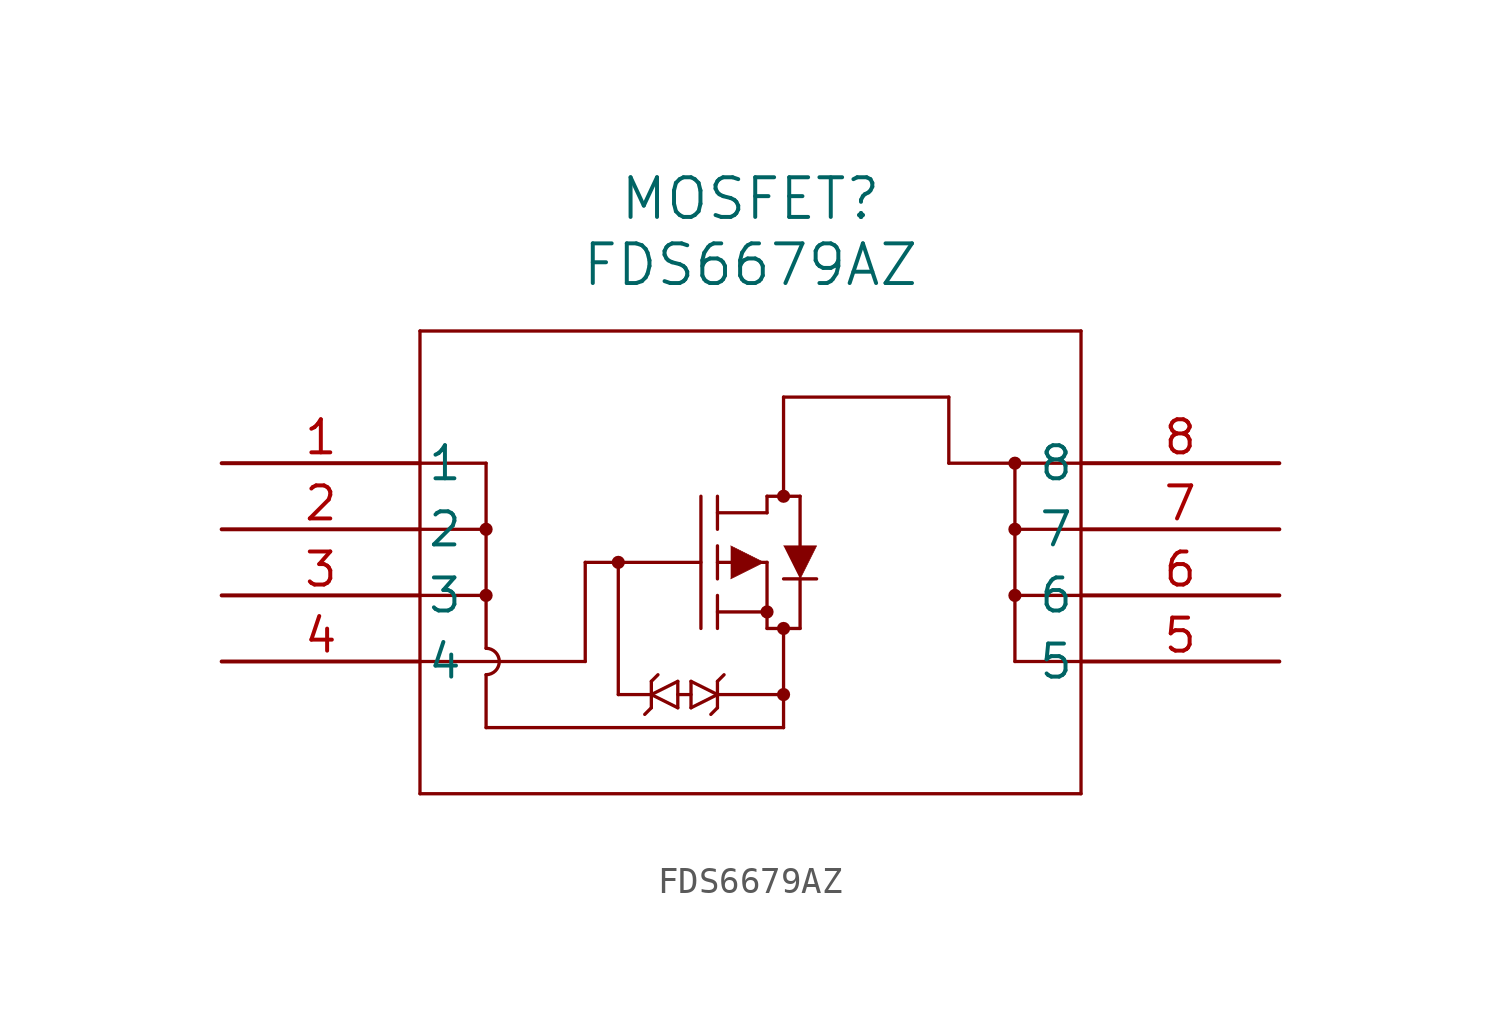
<source format=kicad_sym>
(kicad_symbol_lib
  (version 20211014)
  (generator kicad_symbol_editor)
  (symbol "FDS6679AZ"
    (pin_names
      (offset 0.254))
    (property "Reference" "MOSFET"
      (at 20.32 10.16 0)
      (effects (font (size 1.524 1.524))))
    (property "Value" "FDS6679AZ"
      (at 20.32 7.62 0)
      (effects (font (size 1.524 1.524))))
    (symbol "FDS6679AZ_0_1"
      (polyline (pts (xy 7.62 5.08) (xy 7.62 -12.7)) (stroke (width 0.127) (type default) (color 0 0 0 0)) (fill (type none)))
      (polyline (pts (xy 7.62 -12.7) (xy 33.02 -12.7)) (stroke (width 0.127) (type default) (color 0 0 0 0)) (fill (type none)))
      (polyline (pts (xy 33.02 -12.7) (xy 33.02 5.08)) (stroke (width 0.127) (type default) (color 0 0 0 0)) (fill (type none)))
      (polyline (pts (xy 33.02 5.08) (xy 7.62 5.08)) (stroke (width 0.127) (type default) (color 0 0 0 0)) (fill (type none)))
      (circle (center 21.59 -1.27) (radius 0.127) (stroke (width 0.254) (type default) (color 0 0 0 0)) (fill (type none)))
      (circle (center 21.59 -6.35) (radius 0.127) (stroke (width 0.254) (type default) (color 0 0 0 0)) (fill (type none)))
      (circle (center 20.955 -5.715) (radius 0.127) (stroke (width 0.254) (type default) (color 0 0 0 0)) (fill (type none)))
      (polyline (pts (xy 15.24 -3.81) (xy 15.24 -8.89)) (stroke (width 0.127) (type default) (color 0 0 0 0)) (fill (type none)))
      (polyline (pts (xy 13.97 -3.81) (xy 18.415 -3.81)) (stroke (width 0.127) (type default) (color 0 0 0 0)) (fill (type none)))
      (polyline (pts (xy 18.415 -6.35) (xy 18.415 -1.27)) (stroke (width 0.127) (type default) (color 0 0 0 0)) (fill (type none)))
      (polyline (pts (xy 19.05 -4.445) (xy 19.05 -3.175)) (stroke (width 0.127) (type default) (color 0 0 0 0)) (fill (type none)))
      (polyline (pts (xy 19.05 -6.35) (xy 19.05 -5.08)) (stroke (width 0.127) (type default) (color 0 0 0 0)) (fill (type none)))
      (polyline (pts (xy 19.05 -2.54) (xy 19.05 -1.27)) (stroke (width 0.127) (type default) (color 0 0 0 0)) (fill (type none)))
      (polyline (pts (xy 19.05 -3.81) (xy 20.955 -3.81)) (stroke (width 0.127) (type default) (color 0 0 0 0)) (fill (type none)))
      (polyline (pts (xy 19.05 -5.715) (xy 20.955 -5.715)) (stroke (width 0.127) (type default) (color 0 0 0 0)) (fill (type none)))
      (polyline (pts (xy 20.955 -6.35) (xy 20.955 -3.81)) (stroke (width 0.127) (type default) (color 0 0 0 0)) (fill (type none)))
      (polyline (pts (xy 20.955 -6.35) (xy 22.225 -6.35)) (stroke (width 0.127) (type default) (color 0 0 0 0)) (fill (type none)))
      (polyline (pts (xy 19.05 -1.905) (xy 20.955 -1.905)) (stroke (width 0.127) (type default) (color 0 0 0 0)) (fill (type none)))
      (polyline (pts (xy 22.225 -3.175) (xy 22.225 -1.27)) (stroke (width 0.127) (type default) (color 0 0 0 0)) (fill (type none)))
      (polyline (pts (xy 22.225 -6.35) (xy 22.225 -4.445)) (stroke (width 0.127) (type default) (color 0 0 0 0)) (fill (type none)))
      (polyline (pts (xy 21.59 -4.445) (xy 22.86 -4.445)) (stroke (width 0.127) (type default) (color 0 0 0 0)) (fill (type none)))
      (polyline (pts (xy 20.955 -1.27) (xy 22.225 -1.27)) (stroke (width 0.127) (type default) (color 0 0 0 0)) (fill (type none)))
      (polyline (pts (xy 20.955 -1.905) (xy 20.955 -1.27)) (stroke (width 0.127) (type default) (color 0 0 0 0)) (fill (type none)))
      (polyline (pts (xy 19.558 -4.445) (xy 20.828 -3.81) (xy 19.558 -3.175)) (stroke (width 0.025) (type default) (color 0 0 0 0)) (fill (type outline)))
      (polyline (pts (xy 21.59 -3.175) (xy 22.86 -3.175) (xy 22.225 -4.445)) (stroke (width 0.025) (type default) (color 0 0 0 0)) (fill (type outline)))
      (polyline (pts (xy 7.62 -7.62) (xy 13.97 -7.62)) (stroke (width 0.127) (type default) (color 0 0 0 0)) (fill (type none)))
      (polyline (pts (xy 13.97 -7.62) (xy 13.97 -3.81)) (stroke (width 0.127) (type default) (color 0 0 0 0)) (fill (type none)))
      (polyline (pts (xy 7.62 0) (xy 10.16 0)) (stroke (width 0.127) (type default) (color 0 0 0 0)) (fill (type none)))
      (polyline (pts (xy 7.62 -2.54) (xy 10.16 -2.54)) (stroke (width 0.127) (type default) (color 0 0 0 0)) (fill (type none)))
      (polyline (pts (xy 7.62 -5.08) (xy 10.16 -5.08)) (stroke (width 0.127) (type default) (color 0 0 0 0)) (fill (type none)))
      (polyline (pts (xy 10.16 0) (xy 10.16 -7.112)) (stroke (width 0.127) (type default) (color 0 0 0 0)) (fill (type none)))
      (polyline (pts (xy 10.16 -8.128) (xy 10.16 -10.16)) (stroke (width 0.127) (type default) (color 0 0 0 0)) (fill (type none)))
      (polyline (pts (xy 10.16 -10.16) (xy 21.59 -10.16)) (stroke (width 0.127) (type default) (color 0 0 0 0)) (fill (type none)))
      (polyline (pts (xy 21.59 -10.16) (xy 21.59 -6.35)) (stroke (width 0.127) (type default) (color 0 0 0 0)) (fill (type none)))
      (polyline (pts (xy 33.02 -7.62) (xy 30.48 -7.62)) (stroke (width 0.127) (type default) (color 0 0 0 0)) (fill (type none)))
      (polyline (pts (xy 30.48 -7.62) (xy 30.48 0)) (stroke (width 0.127) (type default) (color 0 0 0 0)) (fill (type none)))
      (polyline (pts (xy 33.02 -5.08) (xy 30.48 -5.08)) (stroke (width 0.127) (type default) (color 0 0 0 0)) (fill (type none)))
      (polyline (pts (xy 33.02 -2.54) (xy 30.48 -2.54)) (stroke (width 0.127) (type default) (color 0 0 0 0)) (fill (type none)))
      (polyline (pts (xy 33.02 0) (xy 27.94 0)) (stroke (width 0.127) (type default) (color 0 0 0 0)) (fill (type none)))
      (polyline (pts (xy 27.94 0) (xy 27.94 2.54)) (stroke (width 0.127) (type default) (color 0 0 0 0)) (fill (type none)))
      (polyline (pts (xy 27.94 2.54) (xy 21.59 2.54)) (stroke (width 0.127) (type default) (color 0 0 0 0)) (fill (type none)))
      (polyline (pts (xy 21.59 2.54) (xy 21.59 -1.27)) (stroke (width 0.127) (type default) (color 0 0 0 0)) (fill (type none)))
      (arc (start 10.16 -8.128) (mid 10.668 -7.62) (end 10.16 -7.112) (stroke (width 0.127) (type default) (color 0 0 0 0)) (fill (type none)))
      (circle (center 10.16 -2.54) (radius 0.127) (stroke (width 0.254) (type default) (color 0 0 0 0)) (fill (type none)))
      (circle (center 10.16 -5.08) (radius 0.127) (stroke (width 0.254) (type default) (color 0 0 0 0)) (fill (type none)))
      (circle (center 30.48 0) (radius 0.127) (stroke (width 0.254) (type default) (color 0 0 0 0)) (fill (type none)))
      (circle (center 30.48 -2.54) (radius 0.127) (stroke (width 0.254) (type default) (color 0 0 0 0)) (fill (type none)))
      (circle (center 30.48 -5.08) (radius 0.127) (stroke (width 0.254) (type default) (color 0 0 0 0)) (fill (type none)))
      (polyline (pts (xy 16.51 -8.89) (xy 15.24 -8.89)) (stroke (width 0.127) (type default) (color 0 0 0 0)) (fill (type none)))
      (polyline (pts (xy 19.05 -8.89) (xy 21.59 -8.89)) (stroke (width 0.127) (type default) (color 0 0 0 0)) (fill (type none)))
      (polyline (pts (xy 17.526 -8.89) (xy 18.034 -8.89)) (stroke (width 0.127) (type default) (color 0 0 0 0)) (fill (type none)))
      (polyline (pts (xy 16.51 -8.89) (xy 17.526 -9.398)) (stroke (width 0.127) (type default) (color 0 0 0 0)) (fill (type none)))
      (polyline (pts (xy 17.526 -9.398) (xy 17.526 -8.382)) (stroke (width 0.127) (type default) (color 0 0 0 0)) (fill (type none)))
      (polyline (pts (xy 17.526 -8.382) (xy 16.51 -8.89)) (stroke (width 0.127) (type default) (color 0 0 0 0)) (fill (type none)))
      (polyline (pts (xy 16.51 -8.382) (xy 16.51 -9.398)) (stroke (width 0.127) (type default) (color 0 0 0 0)) (fill (type none)))
      (polyline (pts (xy 16.51 -9.398) (xy 16.256 -9.652)) (stroke (width 0.127) (type default) (color 0 0 0 0)) (fill (type none)))
      (polyline (pts (xy 16.51 -8.382) (xy 16.764 -8.128)) (stroke (width 0.127) (type default) (color 0 0 0 0)) (fill (type none)))
      (polyline (pts (xy 19.05 -8.89) (xy 18.034 -8.382)) (stroke (width 0.127) (type default) (color 0 0 0 0)) (fill (type none)))
      (polyline (pts (xy 18.034 -8.382) (xy 18.034 -9.398)) (stroke (width 0.127) (type default) (color 0 0 0 0)) (fill (type none)))
      (polyline (pts (xy 18.034 -9.398) (xy 19.05 -8.89)) (stroke (width 0.127) (type default) (color 0 0 0 0)) (fill (type none)))
      (polyline (pts (xy 19.05 -9.398) (xy 19.05 -8.382)) (stroke (width 0.127) (type default) (color 0 0 0 0)) (fill (type none)))
      (polyline (pts (xy 19.05 -8.382) (xy 19.304 -8.128)) (stroke (width 0.127) (type default) (color 0 0 0 0)) (fill (type none)))
      (polyline (pts (xy 19.05 -9.398) (xy 18.796 -9.652)) (stroke (width 0.127) (type default) (color 0 0 0 0)) (fill (type none)))
      (circle (center 15.24 -3.81) (radius 0.127) (stroke (width 0.254) (type default) (color 0 0 0 0)) (fill (type none)))
      (circle (center 21.59 -8.89) (radius 0.127) (stroke (width 0.254) (type default) (color 0 0 0 0)) (fill (type none)))
      (pin unspecified line (at 0 0 0) (length 7.62) (name "1" (effects (font (size 1.27 1.27)))) (number "1" (effects (font (size 1.27 1.27)))))
      (pin unspecified line (at 0 -2.54 0) (length 7.62) (name "2" (effects (font (size 1.27 1.27)))) (number "2" (effects (font (size 1.27 1.27)))))
      (pin unspecified line (at 0 -5.08 0) (length 7.62) (name "3" (effects (font (size 1.27 1.27)))) (number "3" (effects (font (size 1.27 1.27)))))
      (pin unspecified line (at 0 -7.62 0) (length 7.62) (name "4" (effects (font (size 1.27 1.27)))) (number "4" (effects (font (size 1.27 1.27)))))
      (pin unspecified line (at 40.64 -7.62 180) (length 7.62) (name "5" (effects (font (size 1.27 1.27)))) (number "5" (effects (font (size 1.27 1.27)))))
      (pin unspecified line (at 40.64 -5.08 180) (length 7.62) (name "6" (effects (font (size 1.27 1.27)))) (number "6" (effects (font (size 1.27 1.27)))))
      (pin unspecified line (at 40.64 -2.54 180) (length 7.62) (name "7" (effects (font (size 1.27 1.27)))) (number "7" (effects (font (size 1.27 1.27)))))
      (pin unspecified line (at 40.64 0 180) (length 7.62) (name "8" (effects (font (size 1.27 1.27)))) (number "8" (effects (font (size 1.27 1.27))))))))
</source>
